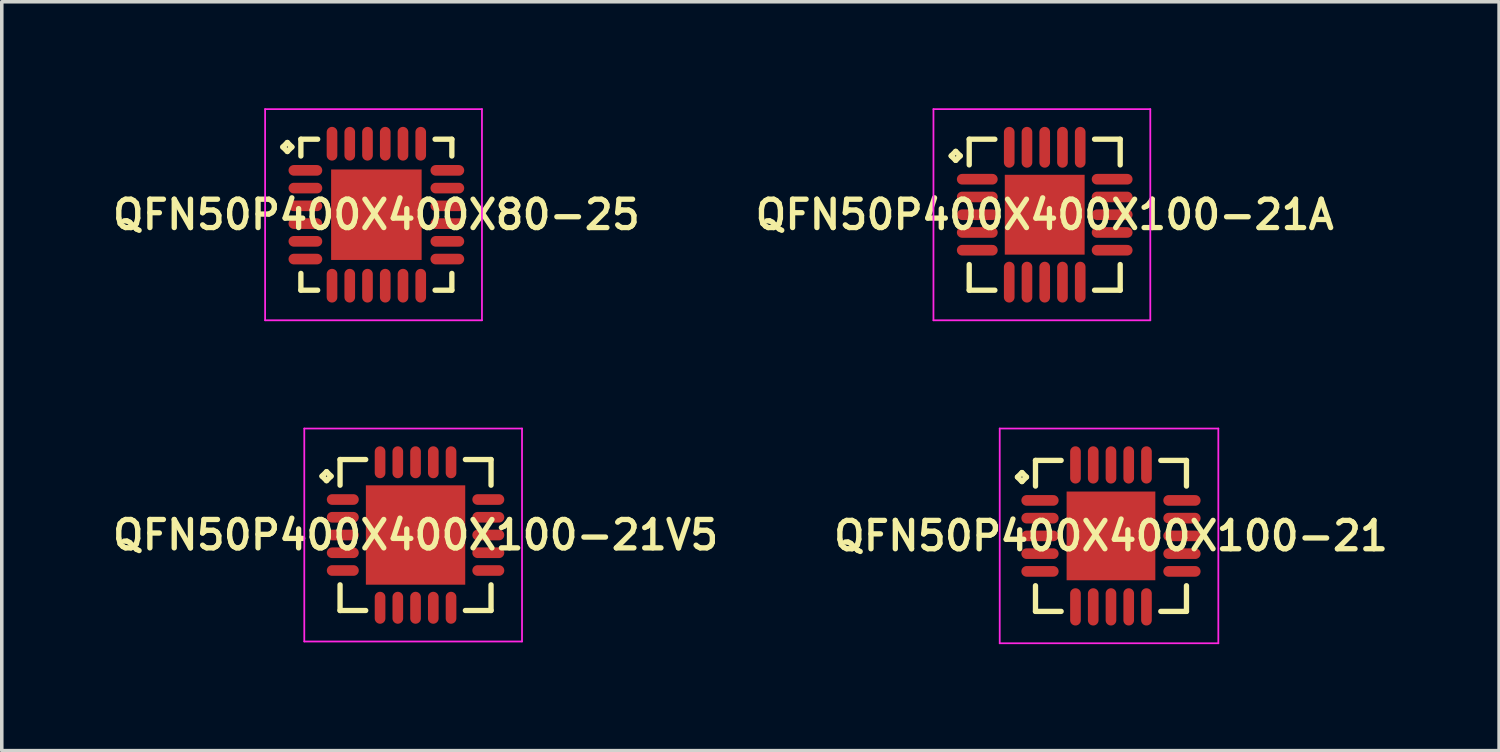
<source format=kicad_pcb>
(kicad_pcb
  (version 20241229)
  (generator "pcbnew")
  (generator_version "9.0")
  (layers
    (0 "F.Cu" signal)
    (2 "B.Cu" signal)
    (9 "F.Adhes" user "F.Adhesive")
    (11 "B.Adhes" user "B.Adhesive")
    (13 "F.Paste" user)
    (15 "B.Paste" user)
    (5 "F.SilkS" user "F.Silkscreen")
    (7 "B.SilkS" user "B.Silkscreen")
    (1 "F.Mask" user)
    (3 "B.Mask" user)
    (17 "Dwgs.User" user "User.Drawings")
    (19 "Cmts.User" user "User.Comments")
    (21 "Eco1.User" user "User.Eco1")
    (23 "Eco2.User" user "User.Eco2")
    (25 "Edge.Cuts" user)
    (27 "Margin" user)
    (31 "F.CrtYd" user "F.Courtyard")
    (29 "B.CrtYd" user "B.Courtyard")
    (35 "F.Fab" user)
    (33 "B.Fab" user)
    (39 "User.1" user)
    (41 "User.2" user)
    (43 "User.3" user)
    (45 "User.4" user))
  (footprint "QFN50P400X400X100-21"
    (layer "F.Cu")
    (at 28.254 12.05)
    (property "Reference" "QFN50P400X400X100-21" (at 0 0 0) (layer "F.SilkS") (effects (font (size 0.8 0.8) (thickness 0.15))))
    (attr smd)
    (fp_line (start -2.635 -1.658) (end -2.508 -1.785) (stroke (width 0.15) (type solid)) (layer "F.SilkS"))
    (fp_line (start -2.508 -1.785) (end -2.381 -1.658) (stroke (width 0.15) (type solid)) (layer "F.SilkS"))
    (fp_line (start -2.508 -1.531) (end -2.635 -1.658) (stroke (width 0.15) (type solid)) (layer "F.SilkS"))
    (fp_line (start -2.381 -1.658) (end -2.508 -1.531) (stroke (width 0.15) (type solid)) (layer "F.SilkS"))
    (fp_line (start -2.127 -2.127) (end -1.404 -2.127) (stroke (width 0.15) (type solid)) (layer "F.SilkS"))
    (fp_line (start -2.127 -1.404) (end -2.127 -2.127) (stroke (width 0.15) (type solid)) (layer "F.SilkS"))
    (fp_line (start -2.127 1.404) (end -2.127 2.127) (stroke (width 0.15) (type solid)) (layer "F.SilkS"))
    (fp_line (start -2.127 2.127) (end -1.404 2.127) (stroke (width 0.15) (type solid)) (layer "F.SilkS"))
    (fp_line (start 1.404 -2.127) (end 2.127 -2.127) (stroke (width 0.15) (type solid)) (layer "F.SilkS"))
    (fp_line (start 1.404 2.127) (end 2.127 2.127) (stroke (width 0.15) (type solid)) (layer "F.SilkS"))
    (fp_line (start 2.127 -2.127) (end 2.127 -1.404) (stroke (width 0.15) (type solid)) (layer "F.SilkS"))
    (fp_line (start 2.127 2.127) (end 2.127 1.404) (stroke (width 0.15) (type solid)) (layer "F.SilkS"))
    (fp_line (start -3.135 -3.025) (end 3.025 -3.025) (stroke (width 0.05) (type solid)) (layer "F.CrtYd"))
    (fp_line (start -3.135 3.025) (end -3.135 -3.025) (stroke (width 0.05) (type solid)) (layer "F.CrtYd"))
    (fp_line (start 3.025 -3.025) (end 3.025 3.025) (stroke (width 0.05) (type solid)) (layer "F.CrtYd"))
    (fp_line (start 3.025 3.025) (end -3.135 3.025) (stroke (width 0.05) (type solid)) (layer "F.CrtYd"))
    (pad "1" smd oval (at -2 -1) (size 1.05 0.3) (layers "F.Cu" "F.Mask" "F.Paste"))
    (pad "2" smd oval (at -2 -0.5) (size 1.05 0.3) (layers "F.Cu" "F.Mask" "F.Paste"))
    (pad "3" smd oval (at -2 0) (size 1.05 0.3) (layers "F.Cu" "F.Mask" "F.Paste"))
    (pad "4" smd oval (at -2 0.5) (size 1.05 0.3) (layers "F.Cu" "F.Mask" "F.Paste"))
    (pad "5" smd oval (at -2 1) (size 1.05 0.3) (layers "F.Cu" "F.Mask" "F.Paste"))
    (pad "6" smd oval (at -1 2) (size 0.3 1.05) (layers "F.Cu" "F.Mask" "F.Paste"))
    (pad "7" smd oval (at -0.5 2) (size 0.3 1.05) (layers "F.Cu" "F.Mask" "F.Paste"))
    (pad "8" smd oval (at 0 2) (size 0.3 1.05) (layers "F.Cu" "F.Mask" "F.Paste"))
    (pad "9" smd oval (at 0.5 2) (size 0.3 1.05) (layers "F.Cu" "F.Mask" "F.Paste"))
    (pad "10" smd oval (at 1 2) (size 0.3 1.05) (layers "F.Cu" "F.Mask" "F.Paste"))
    (pad "11" smd oval (at 2 1) (size 1.05 0.3) (layers "F.Cu" "F.Mask" "F.Paste"))
    (pad "12" smd oval (at 2 0.5) (size 1.05 0.3) (layers "F.Cu" "F.Mask" "F.Paste"))
    (pad "13" smd oval (at 2 0) (size 1.05 0.3) (layers "F.Cu" "F.Mask" "F.Paste"))
    (pad "14" smd oval (at 2 -0.5) (size 1.05 0.3) (layers "F.Cu" "F.Mask" "F.Paste"))
    (pad "15" smd oval (at 2 -1) (size 1.05 0.3) (layers "F.Cu" "F.Mask" "F.Paste"))
    (pad "16" smd oval (at 1 -2) (size 0.3 1.05) (layers "F.Cu" "F.Mask" "F.Paste"))
    (pad "17" smd oval (at 0.5 -2) (size 0.3 1.05) (layers "F.Cu" "F.Mask" "F.Paste"))
    (pad "18" smd oval (at 0 -2) (size 0.3 1.05) (layers "F.Cu" "F.Mask" "F.Paste"))
    (pad "19" smd oval (at -0.5 -2) (size 0.3 1.05) (layers "F.Cu" "F.Mask" "F.Paste"))
    (pad "20" smd oval (at -1 -2) (size 0.3 1.05) (layers "F.Cu" "F.Mask" "F.Paste"))
    (pad "21" smd rect (at 0 0) (size 2.5 2.5) (layers "F.Cu" "F.Mask" "F.Paste")))
  (footprint "QFN50P400X400X80-25"
    (layer "F.Cu")
    (at 7.555 3)
    (property "Reference" "QFN50P400X400X80-25" (at 0 0 0) (layer "F.SilkS") (effects (font (size 0.8 0.8) (thickness 0.15))))
    (attr smd)
    (fp_line (start -2.635 -1.908) (end -2.508 -2.035) (stroke (width 0.15) (type solid)) (layer "F.SilkS"))
    (fp_line (start -2.508 -2.035) (end -2.381 -1.908) (stroke (width 0.15) (type solid)) (layer "F.SilkS"))
    (fp_line (start -2.508 -1.781) (end -2.635 -1.908) (stroke (width 0.15) (type solid)) (layer "F.SilkS"))
    (fp_line (start -2.381 -1.908) (end -2.508 -1.781) (stroke (width 0.15) (type solid)) (layer "F.SilkS"))
    (fp_line (start -2.127 -2.127) (end -1.654 -2.127) (stroke (width 0.15) (type solid)) (layer "F.SilkS"))
    (fp_line (start -2.127 -1.654) (end -2.127 -2.127) (stroke (width 0.15) (type solid)) (layer "F.SilkS"))
    (fp_line (start -2.127 1.654) (end -2.127 2.127) (stroke (width 0.15) (type solid)) (layer "F.SilkS"))
    (fp_line (start -2.127 2.127) (end -1.654 2.127) (stroke (width 0.15) (type solid)) (layer "F.SilkS"))
    (fp_line (start 1.654 -2.127) (end 2.127 -2.127) (stroke (width 0.15) (type solid)) (layer "F.SilkS"))
    (fp_line (start 1.654 2.127) (end 2.127 2.127) (stroke (width 0.15) (type solid)) (layer "F.SilkS"))
    (fp_line (start 2.127 -2.127) (end 2.127 -1.654) (stroke (width 0.15) (type solid)) (layer "F.SilkS"))
    (fp_line (start 2.127 2.127) (end 2.127 1.654) (stroke (width 0.15) (type solid)) (layer "F.SilkS"))
    (fp_line (start -3.135 -2.975) (end 2.975 -2.975) (stroke (width 0.05) (type solid)) (layer "F.CrtYd"))
    (fp_line (start -3.135 2.975) (end -3.135 -2.975) (stroke (width 0.05) (type solid)) (layer "F.CrtYd"))
    (fp_line (start 2.975 -2.975) (end 2.975 2.975) (stroke (width 0.05) (type solid)) (layer "F.CrtYd"))
    (fp_line (start 2.975 2.975) (end -3.135 2.975) (stroke (width 0.05) (type solid)) (layer "F.CrtYd"))
    (pad "1" smd oval (at -2 -1.25) (size 0.95 0.3) (layers "F.Cu" "F.Mask" "F.Paste"))
    (pad "2" smd oval (at -2 -0.75) (size 0.95 0.3) (layers "F.Cu" "F.Mask" "F.Paste"))
    (pad "3" smd oval (at -2 -0.25) (size 0.95 0.3) (layers "F.Cu" "F.Mask" "F.Paste"))
    (pad "4" smd oval (at -2 0.25) (size 0.95 0.3) (layers "F.Cu" "F.Mask" "F.Paste"))
    (pad "5" smd oval (at -2 0.75) (size 0.95 0.3) (layers "F.Cu" "F.Mask" "F.Paste"))
    (pad "6" smd oval (at -2 1.25) (size 0.95 0.3) (layers "F.Cu" "F.Mask" "F.Paste"))
    (pad "7" smd oval (at -1.25 2) (size 0.3 0.95) (layers "F.Cu" "F.Mask" "F.Paste"))
    (pad "8" smd oval (at -0.75 2) (size 0.3 0.95) (layers "F.Cu" "F.Mask" "F.Paste"))
    (pad "9" smd oval (at -0.25 2) (size 0.3 0.95) (layers "F.Cu" "F.Mask" "F.Paste"))
    (pad "10" smd oval (at 0.25 2) (size 0.3 0.95) (layers "F.Cu" "F.Mask" "F.Paste"))
    (pad "11" smd oval (at 0.75 2) (size 0.3 0.95) (layers "F.Cu" "F.Mask" "F.Paste"))
    (pad "12" smd oval (at 1.25 2) (size 0.3 0.95) (layers "F.Cu" "F.Mask" "F.Paste"))
    (pad "13" smd oval (at 2 1.25) (size 0.95 0.3) (layers "F.Cu" "F.Mask" "F.Paste"))
    (pad "14" smd oval (at 2 0.75) (size 0.95 0.3) (layers "F.Cu" "F.Mask" "F.Paste"))
    (pad "15" smd oval (at 2 0.25) (size 0.95 0.3) (layers "F.Cu" "F.Mask" "F.Paste"))
    (pad "16" smd oval (at 2 -0.25) (size 0.95 0.3) (layers "F.Cu" "F.Mask" "F.Paste"))
    (pad "17" smd oval (at 2 -0.75) (size 0.95 0.3) (layers "F.Cu" "F.Mask" "F.Paste"))
    (pad "18" smd oval (at 2 -1.25) (size 0.95 0.3) (layers "F.Cu" "F.Mask" "F.Paste"))
    (pad "19" smd oval (at 1.25 -2) (size 0.3 0.95) (layers "F.Cu" "F.Mask" "F.Paste"))
    (pad "20" smd oval (at 0.75 -2) (size 0.3 0.95) (layers "F.Cu" "F.Mask" "F.Paste"))
    (pad "21" smd oval (at 0.25 -2) (size 0.3 0.95) (layers "F.Cu" "F.Mask" "F.Paste"))
    (pad "22" smd oval (at -0.25 -2) (size 0.3 0.95) (layers "F.Cu" "F.Mask" "F.Paste"))
    (pad "23" smd oval (at -0.75 -2) (size 0.3 0.95) (layers "F.Cu" "F.Mask" "F.Paste"))
    (pad "24" smd oval (at -1.25 -2) (size 0.3 0.95) (layers "F.Cu" "F.Mask" "F.Paste"))
    (pad "25" smd rect (at 0 0) (size 2.55 2.55) (layers "F.Cu" "F.Mask" "F.Paste")))
  (footprint "QFN50P400X400X100-21A"
    (layer "F.Cu")
    (at 26.387 3)
    (property "Reference" "QFN50P400X400X100-21A" (at 0 0 0) (layer "F.SilkS") (effects (font (size 0.8 0.8) (thickness 0.15))))
    (attr smd)
    (fp_line (start -2.635 -1.658) (end -2.508 -1.785) (stroke (width 0.15) (type solid)) (layer "F.SilkS"))
    (fp_line (start -2.508 -1.785) (end -2.381 -1.658) (stroke (width 0.15) (type solid)) (layer "F.SilkS"))
    (fp_line (start -2.508 -1.531) (end -2.635 -1.658) (stroke (width 0.15) (type solid)) (layer "F.SilkS"))
    (fp_line (start -2.381 -1.658) (end -2.508 -1.531) (stroke (width 0.15) (type solid)) (layer "F.SilkS"))
    (fp_line (start -2.127 -2.127) (end -1.404 -2.127) (stroke (width 0.15) (type solid)) (layer "F.SilkS"))
    (fp_line (start -2.127 -1.404) (end -2.127 -2.127) (stroke (width 0.15) (type solid)) (layer "F.SilkS"))
    (fp_line (start -2.127 1.404) (end -2.127 2.127) (stroke (width 0.15) (type solid)) (layer "F.SilkS"))
    (fp_line (start -2.127 2.127) (end -1.404 2.127) (stroke (width 0.15) (type solid)) (layer "F.SilkS"))
    (fp_line (start 1.404 -2.127) (end 2.127 -2.127) (stroke (width 0.15) (type solid)) (layer "F.SilkS"))
    (fp_line (start 1.404 2.127) (end 2.127 2.127) (stroke (width 0.15) (type solid)) (layer "F.SilkS"))
    (fp_line (start 2.127 -2.127) (end 2.127 -1.404) (stroke (width 0.15) (type solid)) (layer "F.SilkS"))
    (fp_line (start 2.127 2.127) (end 2.127 1.404) (stroke (width 0.15) (type solid)) (layer "F.SilkS"))
    (fp_line (start -3.135 -2.975) (end 2.975 -2.975) (stroke (width 0.05) (type solid)) (layer "F.CrtYd"))
    (fp_line (start -3.135 2.975) (end -3.135 -2.975) (stroke (width 0.05) (type solid)) (layer "F.CrtYd"))
    (fp_line (start 2.975 -2.975) (end 2.975 2.975) (stroke (width 0.05) (type solid)) (layer "F.CrtYd"))
    (fp_line (start 2.975 2.975) (end -3.135 2.975) (stroke (width 0.05) (type solid)) (layer "F.CrtYd"))
    (pad "1" smd oval (at -1.9 -1) (size 1.15 0.3) (layers "F.Cu" "F.Mask" "F.Paste"))
    (pad "2" smd oval (at -1.9 -0.5) (size 1.15 0.3) (layers "F.Cu" "F.Mask" "F.Paste"))
    (pad "3" smd oval (at -1.9 0) (size 1.15 0.3) (layers "F.Cu" "F.Mask" "F.Paste"))
    (pad "4" smd oval (at -1.9 0.5) (size 1.15 0.3) (layers "F.Cu" "F.Mask" "F.Paste"))
    (pad "5" smd oval (at -1.9 1) (size 1.15 0.3) (layers "F.Cu" "F.Mask" "F.Paste"))
    (pad "6" smd oval (at -1 1.9) (size 0.3 1.15) (layers "F.Cu" "F.Mask" "F.Paste"))
    (pad "7" smd oval (at -0.5 1.9) (size 0.3 1.15) (layers "F.Cu" "F.Mask" "F.Paste"))
    (pad "8" smd oval (at 0 1.9) (size 0.3 1.15) (layers "F.Cu" "F.Mask" "F.Paste"))
    (pad "9" smd oval (at 0.5 1.9) (size 0.3 1.15) (layers "F.Cu" "F.Mask" "F.Paste"))
    (pad "10" smd oval (at 1 1.9) (size 0.3 1.15) (layers "F.Cu" "F.Mask" "F.Paste"))
    (pad "11" smd oval (at 1.9 1) (size 1.15 0.3) (layers "F.Cu" "F.Mask" "F.Paste"))
    (pad "12" smd oval (at 1.9 0.5) (size 1.15 0.3) (layers "F.Cu" "F.Mask" "F.Paste"))
    (pad "13" smd oval (at 1.9 0) (size 1.15 0.3) (layers "F.Cu" "F.Mask" "F.Paste"))
    (pad "14" smd oval (at 1.9 -0.5) (size 1.15 0.3) (layers "F.Cu" "F.Mask" "F.Paste"))
    (pad "15" smd oval (at 1.9 -1) (size 1.15 0.3) (layers "F.Cu" "F.Mask" "F.Paste"))
    (pad "16" smd oval (at 1 -1.9) (size 0.3 1.15) (layers "F.Cu" "F.Mask" "F.Paste"))
    (pad "17" smd oval (at 0.5 -1.9) (size 0.3 1.15) (layers "F.Cu" "F.Mask" "F.Paste"))
    (pad "18" smd oval (at 0 -1.9) (size 0.3 1.15) (layers "F.Cu" "F.Mask" "F.Paste"))
    (pad "19" smd oval (at -0.5 -1.9) (size 0.3 1.15) (layers "F.Cu" "F.Mask" "F.Paste"))
    (pad "20" smd oval (at -1 -1.9) (size 0.3 1.15) (layers "F.Cu" "F.Mask" "F.Paste"))
    (pad "21" smd rect (at 0 0) (size 2.25 2.25) (layers "F.Cu" "F.Mask" "F.Paste")))
  (footprint "QFN50P400X400X100-21V5"
    (layer "F.Cu")
    (at 8.659 12.025)
    (property "Reference" "QFN50P400X400X100-21V5" (at 0 0 0) (layer "F.SilkS") (effects (font (size 0.8 0.8) (thickness 0.15))))
    (attr smd)
    (fp_line (start -2.635 -1.658) (end -2.508 -1.785) (stroke (width 0.15) (type solid)) (layer "F.SilkS"))
    (fp_line (start -2.508 -1.785) (end -2.381 -1.658) (stroke (width 0.15) (type solid)) (layer "F.SilkS"))
    (fp_line (start -2.508 -1.531) (end -2.635 -1.658) (stroke (width 0.15) (type solid)) (layer "F.SilkS"))
    (fp_line (start -2.381 -1.658) (end -2.508 -1.531) (stroke (width 0.15) (type solid)) (layer "F.SilkS"))
    (fp_line (start -2.127 -2.127) (end -1.404 -2.127) (stroke (width 0.15) (type solid)) (layer "F.SilkS"))
    (fp_line (start -2.127 -1.404) (end -2.127 -2.127) (stroke (width 0.15) (type solid)) (layer "F.SilkS"))
    (fp_line (start -2.127 1.404) (end -2.127 2.127) (stroke (width 0.15) (type solid)) (layer "F.SilkS"))
    (fp_line (start -2.127 2.127) (end -1.404 2.127) (stroke (width 0.15) (type solid)) (layer "F.SilkS"))
    (fp_line (start 1.404 -2.127) (end 2.127 -2.127) (stroke (width 0.15) (type solid)) (layer "F.SilkS"))
    (fp_line (start 1.404 2.127) (end 2.127 2.127) (stroke (width 0.15) (type solid)) (layer "F.SilkS"))
    (fp_line (start 2.127 -2.127) (end 2.127 -1.404) (stroke (width 0.15) (type solid)) (layer "F.SilkS"))
    (fp_line (start 2.127 2.127) (end 2.127 1.404) (stroke (width 0.15) (type solid)) (layer "F.SilkS"))
    (fp_line (start -3.135 -3) (end 3 -3) (stroke (width 0.05) (type solid)) (layer "F.CrtYd"))
    (fp_line (start -3.135 3) (end -3.135 -3) (stroke (width 0.05) (type solid)) (layer "F.CrtYd"))
    (fp_line (start 3 -3) (end 3 3) (stroke (width 0.05) (type solid)) (layer "F.CrtYd"))
    (fp_line (start 3 3) (end -3.135 3) (stroke (width 0.05) (type solid)) (layer "F.CrtYd"))
    (pad "1" smd oval (at -2.05 -1) (size 0.9 0.3) (layers "F.Cu" "F.Mask" "F.Paste"))
    (pad "2" smd oval (at -2.05 -0.5) (size 0.9 0.3) (layers "F.Cu" "F.Mask" "F.Paste"))
    (pad "3" smd oval (at -2.05 0) (size 0.9 0.3) (layers "F.Cu" "F.Mask" "F.Paste"))
    (pad "4" smd oval (at -2.05 0.5) (size 0.9 0.3) (layers "F.Cu" "F.Mask" "F.Paste"))
    (pad "5" smd oval (at -2.05 1) (size 0.9 0.3) (layers "F.Cu" "F.Mask" "F.Paste"))
    (pad "6" smd oval (at -1 2.05) (size 0.3 0.9) (layers "F.Cu" "F.Mask" "F.Paste"))
    (pad "7" smd oval (at -0.5 2.05) (size 0.3 0.9) (layers "F.Cu" "F.Mask" "F.Paste"))
    (pad "8" smd oval (at 0 2.05) (size 0.3 0.9) (layers "F.Cu" "F.Mask" "F.Paste"))
    (pad "9" smd oval (at 0.5 2.05) (size 0.3 0.9) (layers "F.Cu" "F.Mask" "F.Paste"))
    (pad "10" smd oval (at 1 2.05) (size 0.3 0.9) (layers "F.Cu" "F.Mask" "F.Paste"))
    (pad "11" smd oval (at 2.05 1) (size 0.9 0.3) (layers "F.Cu" "F.Mask" "F.Paste"))
    (pad "12" smd oval (at 2.05 0.5) (size 0.9 0.3) (layers "F.Cu" "F.Mask" "F.Paste"))
    (pad "13" smd oval (at 2.05 0) (size 0.9 0.3) (layers "F.Cu" "F.Mask" "F.Paste"))
    (pad "14" smd oval (at 2.05 -0.5) (size 0.9 0.3) (layers "F.Cu" "F.Mask" "F.Paste"))
    (pad "15" smd oval (at 2.05 -1) (size 0.9 0.3) (layers "F.Cu" "F.Mask" "F.Paste"))
    (pad "16" smd oval (at 1 -2.05) (size 0.3 0.9) (layers "F.Cu" "F.Mask" "F.Paste"))
    (pad "17" smd oval (at 0.5 -2.05) (size 0.3 0.9) (layers "F.Cu" "F.Mask" "F.Paste"))
    (pad "18" smd oval (at 0 -2.05) (size 0.3 0.9) (layers "F.Cu" "F.Mask" "F.Paste"))
    (pad "19" smd oval (at -0.5 -2.05) (size 0.3 0.9) (layers "F.Cu" "F.Mask" "F.Paste"))
    (pad "20" smd oval (at -1 -2.05) (size 0.3 0.9) (layers "F.Cu" "F.Mask" "F.Paste"))
    (pad "21" smd rect (at 0 0) (size 2.8 2.8) (layers "F.Cu" "F.Mask" "F.Paste")))
  (gr_rect
    (start -3 -3)
    (end 39.19 18.1)
    (stroke (width 0.1) (type default))
    (fill no)
    (layer "Edge.Cuts")))
</source>
